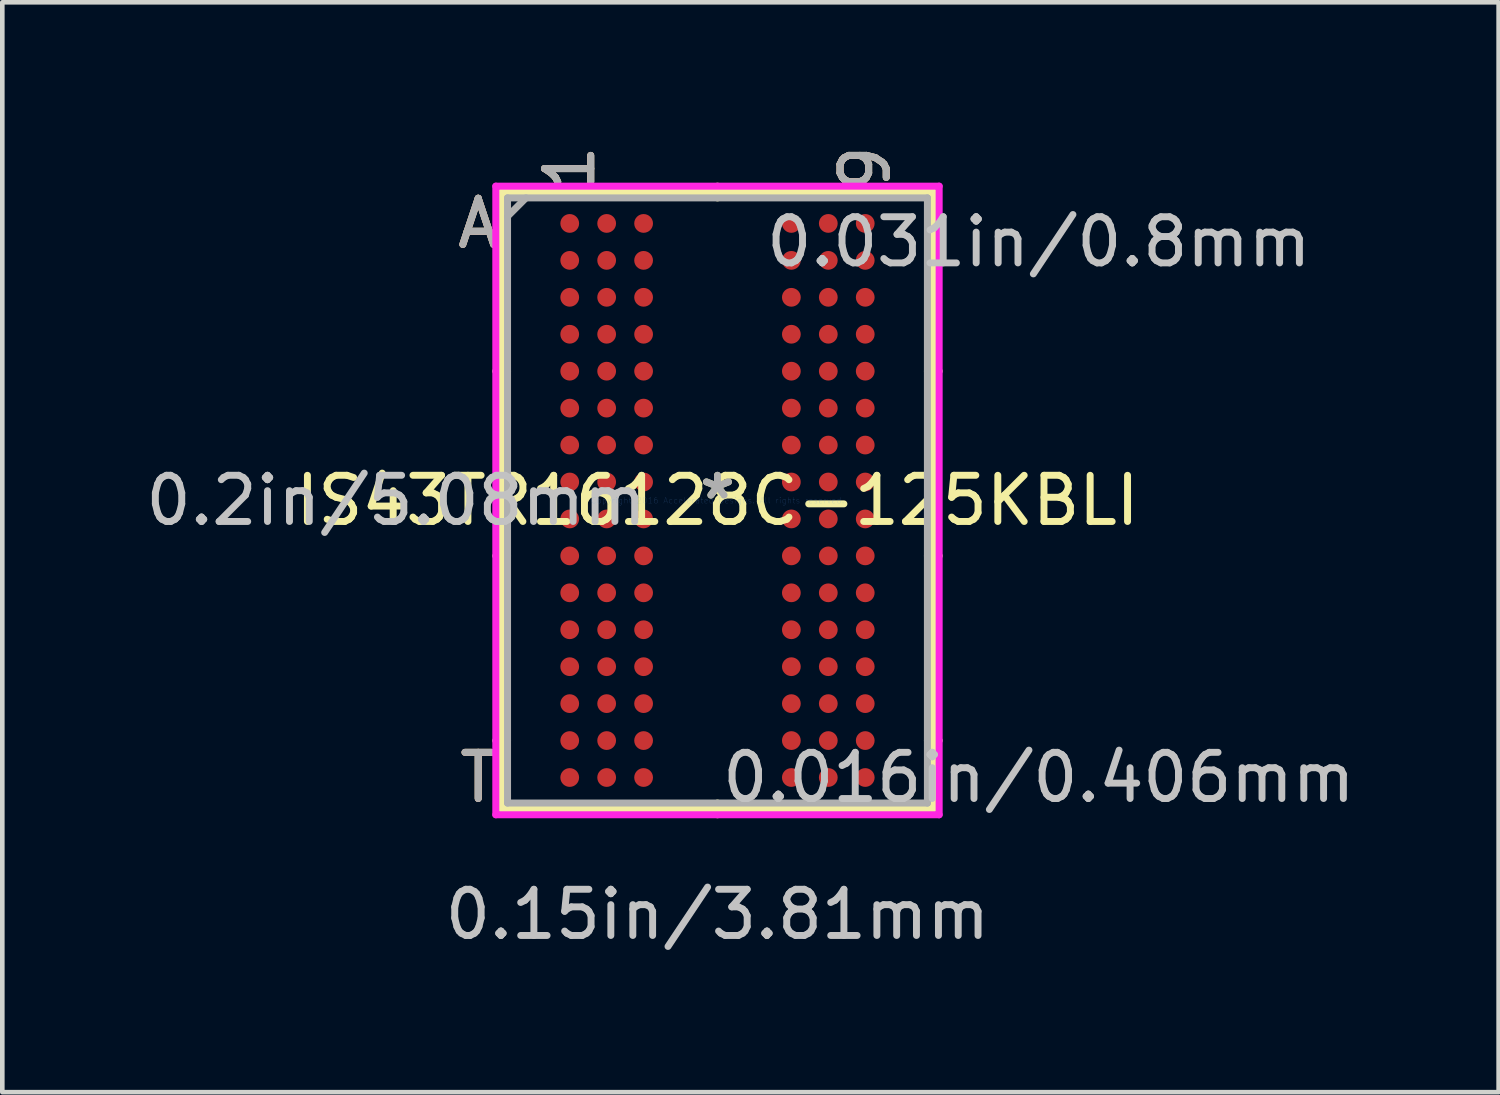
<source format=kicad_pcb>
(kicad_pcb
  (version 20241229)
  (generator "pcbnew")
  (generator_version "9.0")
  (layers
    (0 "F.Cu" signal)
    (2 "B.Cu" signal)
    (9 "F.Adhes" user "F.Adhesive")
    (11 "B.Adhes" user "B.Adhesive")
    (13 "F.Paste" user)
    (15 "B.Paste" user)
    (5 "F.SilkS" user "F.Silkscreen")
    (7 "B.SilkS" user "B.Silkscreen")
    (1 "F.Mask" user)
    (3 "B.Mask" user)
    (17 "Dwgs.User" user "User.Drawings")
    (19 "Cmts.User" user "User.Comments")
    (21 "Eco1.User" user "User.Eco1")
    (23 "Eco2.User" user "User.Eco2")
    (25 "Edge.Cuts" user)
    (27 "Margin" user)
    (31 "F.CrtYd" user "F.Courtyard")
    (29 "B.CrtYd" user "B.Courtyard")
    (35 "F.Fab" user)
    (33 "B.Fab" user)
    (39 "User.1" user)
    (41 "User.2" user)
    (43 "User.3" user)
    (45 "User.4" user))
  (footprint "IS43TR16128C-125KBLI"
    (layer "F.Cu")
    (at 12.489 7.789)
    (property "Reference" "IS43TR16128C-125KBLI" (at 0 0 0) (layer "F.SilkS") (effects (font (size 1 1) (thickness 0.15))))
    (attr through_hole)
    (fp_line (start -4.674 -6.68) (end -4.674 6.68) (stroke (width 0.152) (type solid)) (layer "F.SilkS"))
    (fp_line (start -4.674 6.68) (end 4.674 6.68) (stroke (width 0.152) (type solid)) (layer "F.SilkS"))
    (fp_line (start -4.547 -2.8) (end -4.801 -2.8) (stroke (width 0.152) (type solid)) (layer "F.SilkS"))
    (fp_line (start -4.547 1.2) (end -4.801 1.2) (stroke (width 0.152) (type solid)) (layer "F.SilkS"))
    (fp_line (start -4.547 5.2) (end -4.801 5.2) (stroke (width 0.152) (type solid)) (layer "F.SilkS"))
    (fp_line (start 0 -6.553) (end 0 -6.807) (stroke (width 0.152) (type solid)) (layer "F.SilkS"))
    (fp_line (start 0 6.553) (end 0 6.807) (stroke (width 0.152) (type solid)) (layer "F.SilkS"))
    (fp_line (start 4.547 -2.8) (end 4.801 -2.8) (stroke (width 0.152) (type solid)) (layer "F.SilkS"))
    (fp_line (start 4.547 1.2) (end 4.801 1.2) (stroke (width 0.152) (type solid)) (layer "F.SilkS"))
    (fp_line (start 4.547 5.2) (end 4.801 5.2) (stroke (width 0.152) (type solid)) (layer "F.SilkS"))
    (fp_line (start 4.674 -6.68) (end -4.674 -6.68) (stroke (width 0.152) (type solid)) (layer "F.SilkS"))
    (fp_line (start 4.674 6.68) (end 4.674 -6.68) (stroke (width 0.152) (type solid)) (layer "F.SilkS"))
    (fp_line (start -4.801 -6.807) (end 4.801 -6.807) (stroke (width 0.152) (type solid)) (layer "F.CrtYd"))
    (fp_line (start -4.801 6.807) (end -4.801 -6.807) (stroke (width 0.152) (type solid)) (layer "F.CrtYd"))
    (fp_line (start 4.801 -6.807) (end 4.801 6.807) (stroke (width 0.152) (type solid)) (layer "F.CrtYd"))
    (fp_line (start 4.801 6.807) (end -4.801 6.807) (stroke (width 0.152) (type solid)) (layer "F.CrtYd"))
    (fp_line (start -4.547 -6.553) (end -4.547 6.553) (stroke (width 0.152) (type solid)) (layer "F.Fab"))
    (fp_line (start -4.547 6.553) (end 4.547 6.553) (stroke (width 0.152) (type solid)) (layer "F.Fab"))
    (fp_line (start -4.147 -6.553) (end -4.547 -6.153) (stroke (width 0.152) (type solid)) (layer "F.Fab"))
    (fp_line (start 4.547 -6.553) (end -4.547 -6.553) (stroke (width 0.152) (type solid)) (layer "F.Fab"))
    (fp_line (start 4.547 6.553) (end 4.547 -6.553) (stroke (width 0.152) (type solid)) (layer "F.Fab"))
    (fp_text user "9" (at 3.2 -7.188 90) (layer "F.SilkS") (effects (font (size 1 1) (thickness 0.15))))
    (fp_text user "A" (at -5.182 -6 0) (layer "F.SilkS") (effects (font (size 1 1) (thickness 0.15))))
    (fp_text user "1" (at -3.2 -7.188 90) (layer "F.SilkS") (effects (font (size 1 1) (thickness 0.15))))
    (fp_text user "*" (at 0 0 0) (layer "F.SilkS") (effects (font (size 1 1) (thickness 0.15))))
    (fp_text user "T" (at -5.182 6 0) (layer "F.SilkS") (effects (font (size 1 1) (thickness 0.15))))
    (fp_text user "A" (at -5.182 -6 0) (layer "B.SilkS") (effects (font (size 1 1) (thickness 0.15))))
    (fp_text user "T" (at -5.182 6 0) (layer "B.SilkS") (effects (font (size 1 1) (thickness 0.15))))
    (fp_text user "9" (at 3.2 -7.188 90) (layer "B.SilkS") (effects (font (size 1 1) (thickness 0.15))))
    (fp_text user "1" (at -3.2 -7.188 90) (layer "B.SilkS") (effects (font (size 1 1) (thickness 0.15))))
    (fp_text user "0.031in/0.8mm" (at 6.96 -5.6 0) (layer "Dwgs.User") (effects (font (size 1 1) (thickness 0.15))))
    (fp_text user "0.016in/0.406mm" (at 6.96 6 0) (layer "Dwgs.User") (effects (font (size 1 1) (thickness 0.15))))
    (fp_text user "0.15in/3.81mm" (at 0 8.966 0) (layer "Dwgs.User") (effects (font (size 1 1) (thickness 0.15))))
    (fp_text user "0.2in/5.08mm" (at -6.96 0 0) (layer "Dwgs.User") (effects (font (size 1 1) (thickness 0.15))))
    (fp_text user "Copyright 2016 Accelerated Designs. All rights reserved." (at 0 0 0) (layer "Cmts.User") (effects (font (size 0.127 0.127) (thickness 0.002))))
    (fp_text user "T" (at -5.182 6 0) (layer "F.Fab") (effects (font (size 1 1) (thickness 0.15))))
    (fp_text user "9" (at 3.2 -7.188 90) (layer "F.Fab") (effects (font (size 1 1) (thickness 0.15))))
    (fp_text user "A" (at -5.182 -6 0) (layer "F.Fab") (effects (font (size 1 1) (thickness 0.15))))
    (fp_text user "*" (at 0 0 0) (layer "F.Fab") (effects (font (size 1 1) (thickness 0.15))))
    (fp_text user "1" (at -3.2 -7.188 90) (layer "F.Fab") (effects (font (size 1 1) (thickness 0.15))))
    (pad "A1" smd circle (at -3.2 -6) (size 0.406 0.406) (layers "F.Cu" "F.Mask" "F.Paste"))
    (pad "A2" smd circle (at -2.4 -6) (size 0.406 0.406) (layers "F.Cu" "F.Mask" "F.Paste"))
    (pad "A3" smd circle (at -1.6 -6) (size 0.406 0.406) (layers "F.Cu" "F.Mask" "F.Paste"))
    (pad "A7" smd circle (at 1.6 -6) (size 0.406 0.406) (layers "F.Cu" "F.Mask" "F.Paste"))
    (pad "A8" smd circle (at 2.4 -6) (size 0.406 0.406) (layers "F.Cu" "F.Mask" "F.Paste"))
    (pad "A9" smd circle (at 3.2 -6) (size 0.406 0.406) (layers "F.Cu" "F.Mask" "F.Paste"))
    (pad "B1" smd circle (at -3.2 -5.2) (size 0.406 0.406) (layers "F.Cu" "F.Mask" "F.Paste"))
    (pad "B2" smd circle (at -2.4 -5.2) (size 0.406 0.406) (layers "F.Cu" "F.Mask" "F.Paste"))
    (pad "B3" smd circle (at -1.6 -5.2) (size 0.406 0.406) (layers "F.Cu" "F.Mask" "F.Paste"))
    (pad "B7" smd circle (at 1.6 -5.2) (size 0.406 0.406) (layers "F.Cu" "F.Mask" "F.Paste"))
    (pad "B8" smd circle (at 2.4 -5.2) (size 0.406 0.406) (layers "F.Cu" "F.Mask" "F.Paste"))
    (pad "B9" smd circle (at 3.2 -5.2) (size 0.406 0.406) (layers "F.Cu" "F.Mask" "F.Paste"))
    (pad "C1" smd circle (at -3.2 -4.4) (size 0.406 0.406) (layers "F.Cu" "F.Mask" "F.Paste"))
    (pad "C2" smd circle (at -2.4 -4.4) (size 0.406 0.406) (layers "F.Cu" "F.Mask" "F.Paste"))
    (pad "C3" smd circle (at -1.6 -4.4) (size 0.406 0.406) (layers "F.Cu" "F.Mask" "F.Paste"))
    (pad "C7" smd circle (at 1.6 -4.4) (size 0.406 0.406) (layers "F.Cu" "F.Mask" "F.Paste"))
    (pad "C8" smd circle (at 2.4 -4.4) (size 0.406 0.406) (layers "F.Cu" "F.Mask" "F.Paste"))
    (pad "C9" smd circle (at 3.2 -4.4) (size 0.406 0.406) (layers "F.Cu" "F.Mask" "F.Paste"))
    (pad "D1" smd circle (at -3.2 -3.6) (size 0.406 0.406) (layers "F.Cu" "F.Mask" "F.Paste"))
    (pad "D2" smd circle (at -2.4 -3.6) (size 0.406 0.406) (layers "F.Cu" "F.Mask" "F.Paste"))
    (pad "D3" smd circle (at -1.6 -3.6) (size 0.406 0.406) (layers "F.Cu" "F.Mask" "F.Paste"))
    (pad "D7" smd circle (at 1.6 -3.6) (size 0.406 0.406) (layers "F.Cu" "F.Mask" "F.Paste"))
    (pad "D8" smd circle (at 2.4 -3.6) (size 0.406 0.406) (layers "F.Cu" "F.Mask" "F.Paste"))
    (pad "D9" smd circle (at 3.2 -3.6) (size 0.406 0.406) (layers "F.Cu" "F.Mask" "F.Paste"))
    (pad "E1" smd circle (at -3.2 -2.8) (size 0.406 0.406) (layers "F.Cu" "F.Mask" "F.Paste"))
    (pad "E2" smd circle (at -2.4 -2.8) (size 0.406 0.406) (layers "F.Cu" "F.Mask" "F.Paste"))
    (pad "E3" smd circle (at -1.6 -2.8) (size 0.406 0.406) (layers "F.Cu" "F.Mask" "F.Paste"))
    (pad "E7" smd circle (at 1.6 -2.8) (size 0.406 0.406) (layers "F.Cu" "F.Mask" "F.Paste"))
    (pad "E8" smd circle (at 2.4 -2.8) (size 0.406 0.406) (layers "F.Cu" "F.Mask" "F.Paste"))
    (pad "E9" smd circle (at 3.2 -2.8) (size 0.406 0.406) (layers "F.Cu" "F.Mask" "F.Paste"))
    (pad "F1" smd circle (at -3.2 -2) (size 0.406 0.406) (layers "F.Cu" "F.Mask" "F.Paste"))
    (pad "F2" smd circle (at -2.4 -2) (size 0.406 0.406) (layers "F.Cu" "F.Mask" "F.Paste"))
    (pad "F3" smd circle (at -1.6 -2) (size 0.406 0.406) (layers "F.Cu" "F.Mask" "F.Paste"))
    (pad "F7" smd circle (at 1.6 -2) (size 0.406 0.406) (layers "F.Cu" "F.Mask" "F.Paste"))
    (pad "F8" smd circle (at 2.4 -2) (size 0.406 0.406) (layers "F.Cu" "F.Mask" "F.Paste"))
    (pad "F9" smd circle (at 3.2 -2) (size 0.406 0.406) (layers "F.Cu" "F.Mask" "F.Paste"))
    (pad "G1" smd circle (at -3.2 -1.2) (size 0.406 0.406) (layers "F.Cu" "F.Mask" "F.Paste"))
    (pad "G2" smd circle (at -2.4 -1.2) (size 0.406 0.406) (layers "F.Cu" "F.Mask" "F.Paste"))
    (pad "G3" smd circle (at -1.6 -1.2) (size 0.406 0.406) (layers "F.Cu" "F.Mask" "F.Paste"))
    (pad "G7" smd circle (at 1.6 -1.2) (size 0.406 0.406) (layers "F.Cu" "F.Mask" "F.Paste"))
    (pad "G8" smd circle (at 2.4 -1.2) (size 0.406 0.406) (layers "F.Cu" "F.Mask" "F.Paste"))
    (pad "G9" smd circle (at 3.2 -1.2) (size 0.406 0.406) (layers "F.Cu" "F.Mask" "F.Paste"))
    (pad "H1" smd circle (at -3.2 -0.4) (size 0.406 0.406) (layers "F.Cu" "F.Mask" "F.Paste"))
    (pad "H2" smd circle (at -2.4 -0.4) (size 0.406 0.406) (layers "F.Cu" "F.Mask" "F.Paste"))
    (pad "H3" smd circle (at -1.6 -0.4) (size 0.406 0.406) (layers "F.Cu" "F.Mask" "F.Paste"))
    (pad "H7" smd circle (at 1.6 -0.4) (size 0.406 0.406) (layers "F.Cu" "F.Mask" "F.Paste"))
    (pad "H8" smd circle (at 2.4 -0.4) (size 0.406 0.406) (layers "F.Cu" "F.Mask" "F.Paste"))
    (pad "H9" smd circle (at 3.2 -0.4) (size 0.406 0.406) (layers "F.Cu" "F.Mask" "F.Paste"))
    (pad "J1" smd circle (at -3.2 0.4) (size 0.406 0.406) (layers "F.Cu" "F.Mask" "F.Paste"))
    (pad "J2" smd circle (at -2.4 0.4) (size 0.406 0.406) (layers "F.Cu" "F.Mask" "F.Paste"))
    (pad "J3" smd circle (at -1.6 0.4) (size 0.406 0.406) (layers "F.Cu" "F.Mask" "F.Paste"))
    (pad "J7" smd circle (at 1.6 0.4) (size 0.406 0.406) (layers "F.Cu" "F.Mask" "F.Paste"))
    (pad "J8" smd circle (at 2.4 0.4) (size 0.406 0.406) (layers "F.Cu" "F.Mask" "F.Paste"))
    (pad "J9" smd circle (at 3.2 0.4) (size 0.406 0.406) (layers "F.Cu" "F.Mask" "F.Paste"))
    (pad "K1" smd circle (at -3.2 1.2) (size 0.406 0.406) (layers "F.Cu" "F.Mask" "F.Paste"))
    (pad "K2" smd circle (at -2.4 1.2) (size 0.406 0.406) (layers "F.Cu" "F.Mask" "F.Paste"))
    (pad "K3" smd circle (at -1.6 1.2) (size 0.406 0.406) (layers "F.Cu" "F.Mask" "F.Paste"))
    (pad "K7" smd circle (at 1.6 1.2) (size 0.406 0.406) (layers "F.Cu" "F.Mask" "F.Paste"))
    (pad "K8" smd circle (at 2.4 1.2) (size 0.406 0.406) (layers "F.Cu" "F.Mask" "F.Paste"))
    (pad "K9" smd circle (at 3.2 1.2) (size 0.406 0.406) (layers "F.Cu" "F.Mask" "F.Paste"))
    (pad "L1" smd circle (at -3.2 2) (size 0.406 0.406) (layers "F.Cu" "F.Mask" "F.Paste"))
    (pad "L2" smd circle (at -2.4 2) (size 0.406 0.406) (layers "F.Cu" "F.Mask" "F.Paste"))
    (pad "L3" smd circle (at -1.6 2) (size 0.406 0.406) (layers "F.Cu" "F.Mask" "F.Paste"))
    (pad "L7" smd circle (at 1.6 2) (size 0.406 0.406) (layers "F.Cu" "F.Mask" "F.Paste"))
    (pad "L8" smd circle (at 2.4 2) (size 0.406 0.406) (layers "F.Cu" "F.Mask" "F.Paste"))
    (pad "L9" smd circle (at 3.2 2) (size 0.406 0.406) (layers "F.Cu" "F.Mask" "F.Paste"))
    (pad "M1" smd circle (at -3.2 2.8) (size 0.406 0.406) (layers "F.Cu" "F.Mask" "F.Paste"))
    (pad "M2" smd circle (at -2.4 2.8) (size 0.406 0.406) (layers "F.Cu" "F.Mask" "F.Paste"))
    (pad "M3" smd circle (at -1.6 2.8) (size 0.406 0.406) (layers "F.Cu" "F.Mask" "F.Paste"))
    (pad "M7" smd circle (at 1.6 2.8) (size 0.406 0.406) (layers "F.Cu" "F.Mask" "F.Paste"))
    (pad "M8" smd circle (at 2.4 2.8) (size 0.406 0.406) (layers "F.Cu" "F.Mask" "F.Paste"))
    (pad "M9" smd circle (at 3.2 2.8) (size 0.406 0.406) (layers "F.Cu" "F.Mask" "F.Paste"))
    (pad "N1" smd circle (at -3.2 3.6) (size 0.406 0.406) (layers "F.Cu" "F.Mask" "F.Paste"))
    (pad "N2" smd circle (at -2.4 3.6) (size 0.406 0.406) (layers "F.Cu" "F.Mask" "F.Paste"))
    (pad "N3" smd circle (at -1.6 3.6) (size 0.406 0.406) (layers "F.Cu" "F.Mask" "F.Paste"))
    (pad "N7" smd circle (at 1.6 3.6) (size 0.406 0.406) (layers "F.Cu" "F.Mask" "F.Paste"))
    (pad "N8" smd circle (at 2.4 3.6) (size 0.406 0.406) (layers "F.Cu" "F.Mask" "F.Paste"))
    (pad "N9" smd circle (at 3.2 3.6) (size 0.406 0.406) (layers "F.Cu" "F.Mask" "F.Paste"))
    (pad "P1" smd circle (at -3.2 4.4) (size 0.406 0.406) (layers "F.Cu" "F.Mask" "F.Paste"))
    (pad "P2" smd circle (at -2.4 4.4) (size 0.406 0.406) (layers "F.Cu" "F.Mask" "F.Paste"))
    (pad "P3" smd circle (at -1.6 4.4) (size 0.406 0.406) (layers "F.Cu" "F.Mask" "F.Paste"))
    (pad "P7" smd circle (at 1.6 4.4) (size 0.406 0.406) (layers "F.Cu" "F.Mask" "F.Paste"))
    (pad "P8" smd circle (at 2.4 4.4) (size 0.406 0.406) (layers "F.Cu" "F.Mask" "F.Paste"))
    (pad "P9" smd circle (at 3.2 4.4) (size 0.406 0.406) (layers "F.Cu" "F.Mask" "F.Paste"))
    (pad "R1" smd circle (at -3.2 5.2) (size 0.406 0.406) (layers "F.Cu" "F.Mask" "F.Paste"))
    (pad "R2" smd circle (at -2.4 5.2) (size 0.406 0.406) (layers "F.Cu" "F.Mask" "F.Paste"))
    (pad "R3" smd circle (at -1.6 5.2) (size 0.406 0.406) (layers "F.Cu" "F.Mask" "F.Paste"))
    (pad "R7" smd circle (at 1.6 5.2) (size 0.406 0.406) (layers "F.Cu" "F.Mask" "F.Paste"))
    (pad "R8" smd circle (at 2.4 5.2) (size 0.406 0.406) (layers "F.Cu" "F.Mask" "F.Paste"))
    (pad "R9" smd circle (at 3.2 5.2) (size 0.406 0.406) (layers "F.Cu" "F.Mask" "F.Paste"))
    (pad "T1" smd circle (at -3.2 6) (size 0.406 0.406) (layers "F.Cu" "F.Mask" "F.Paste"))
    (pad "T2" smd circle (at -2.4 6) (size 0.406 0.406) (layers "F.Cu" "F.Mask" "F.Paste"))
    (pad "T3" smd circle (at -1.6 6) (size 0.406 0.406) (layers "F.Cu" "F.Mask" "F.Paste"))
    (pad "T7" smd circle (at 1.6 6) (size 0.406 0.406) (layers "F.Cu" "F.Mask" "F.Paste"))
    (pad "T8" smd circle (at 2.4 6) (size 0.406 0.406) (layers "F.Cu" "F.Mask" "F.Paste"))
    (pad "T9" smd circle (at 3.2 6) (size 0.406 0.406) (layers "F.Cu" "F.Mask" "F.Paste")))
  (gr_rect
    (start -3 -3)
    (end 29.407 20.604)
    (stroke (width 0.1) (type default))
    (fill no)
    (layer "Edge.Cuts")))
</source>
